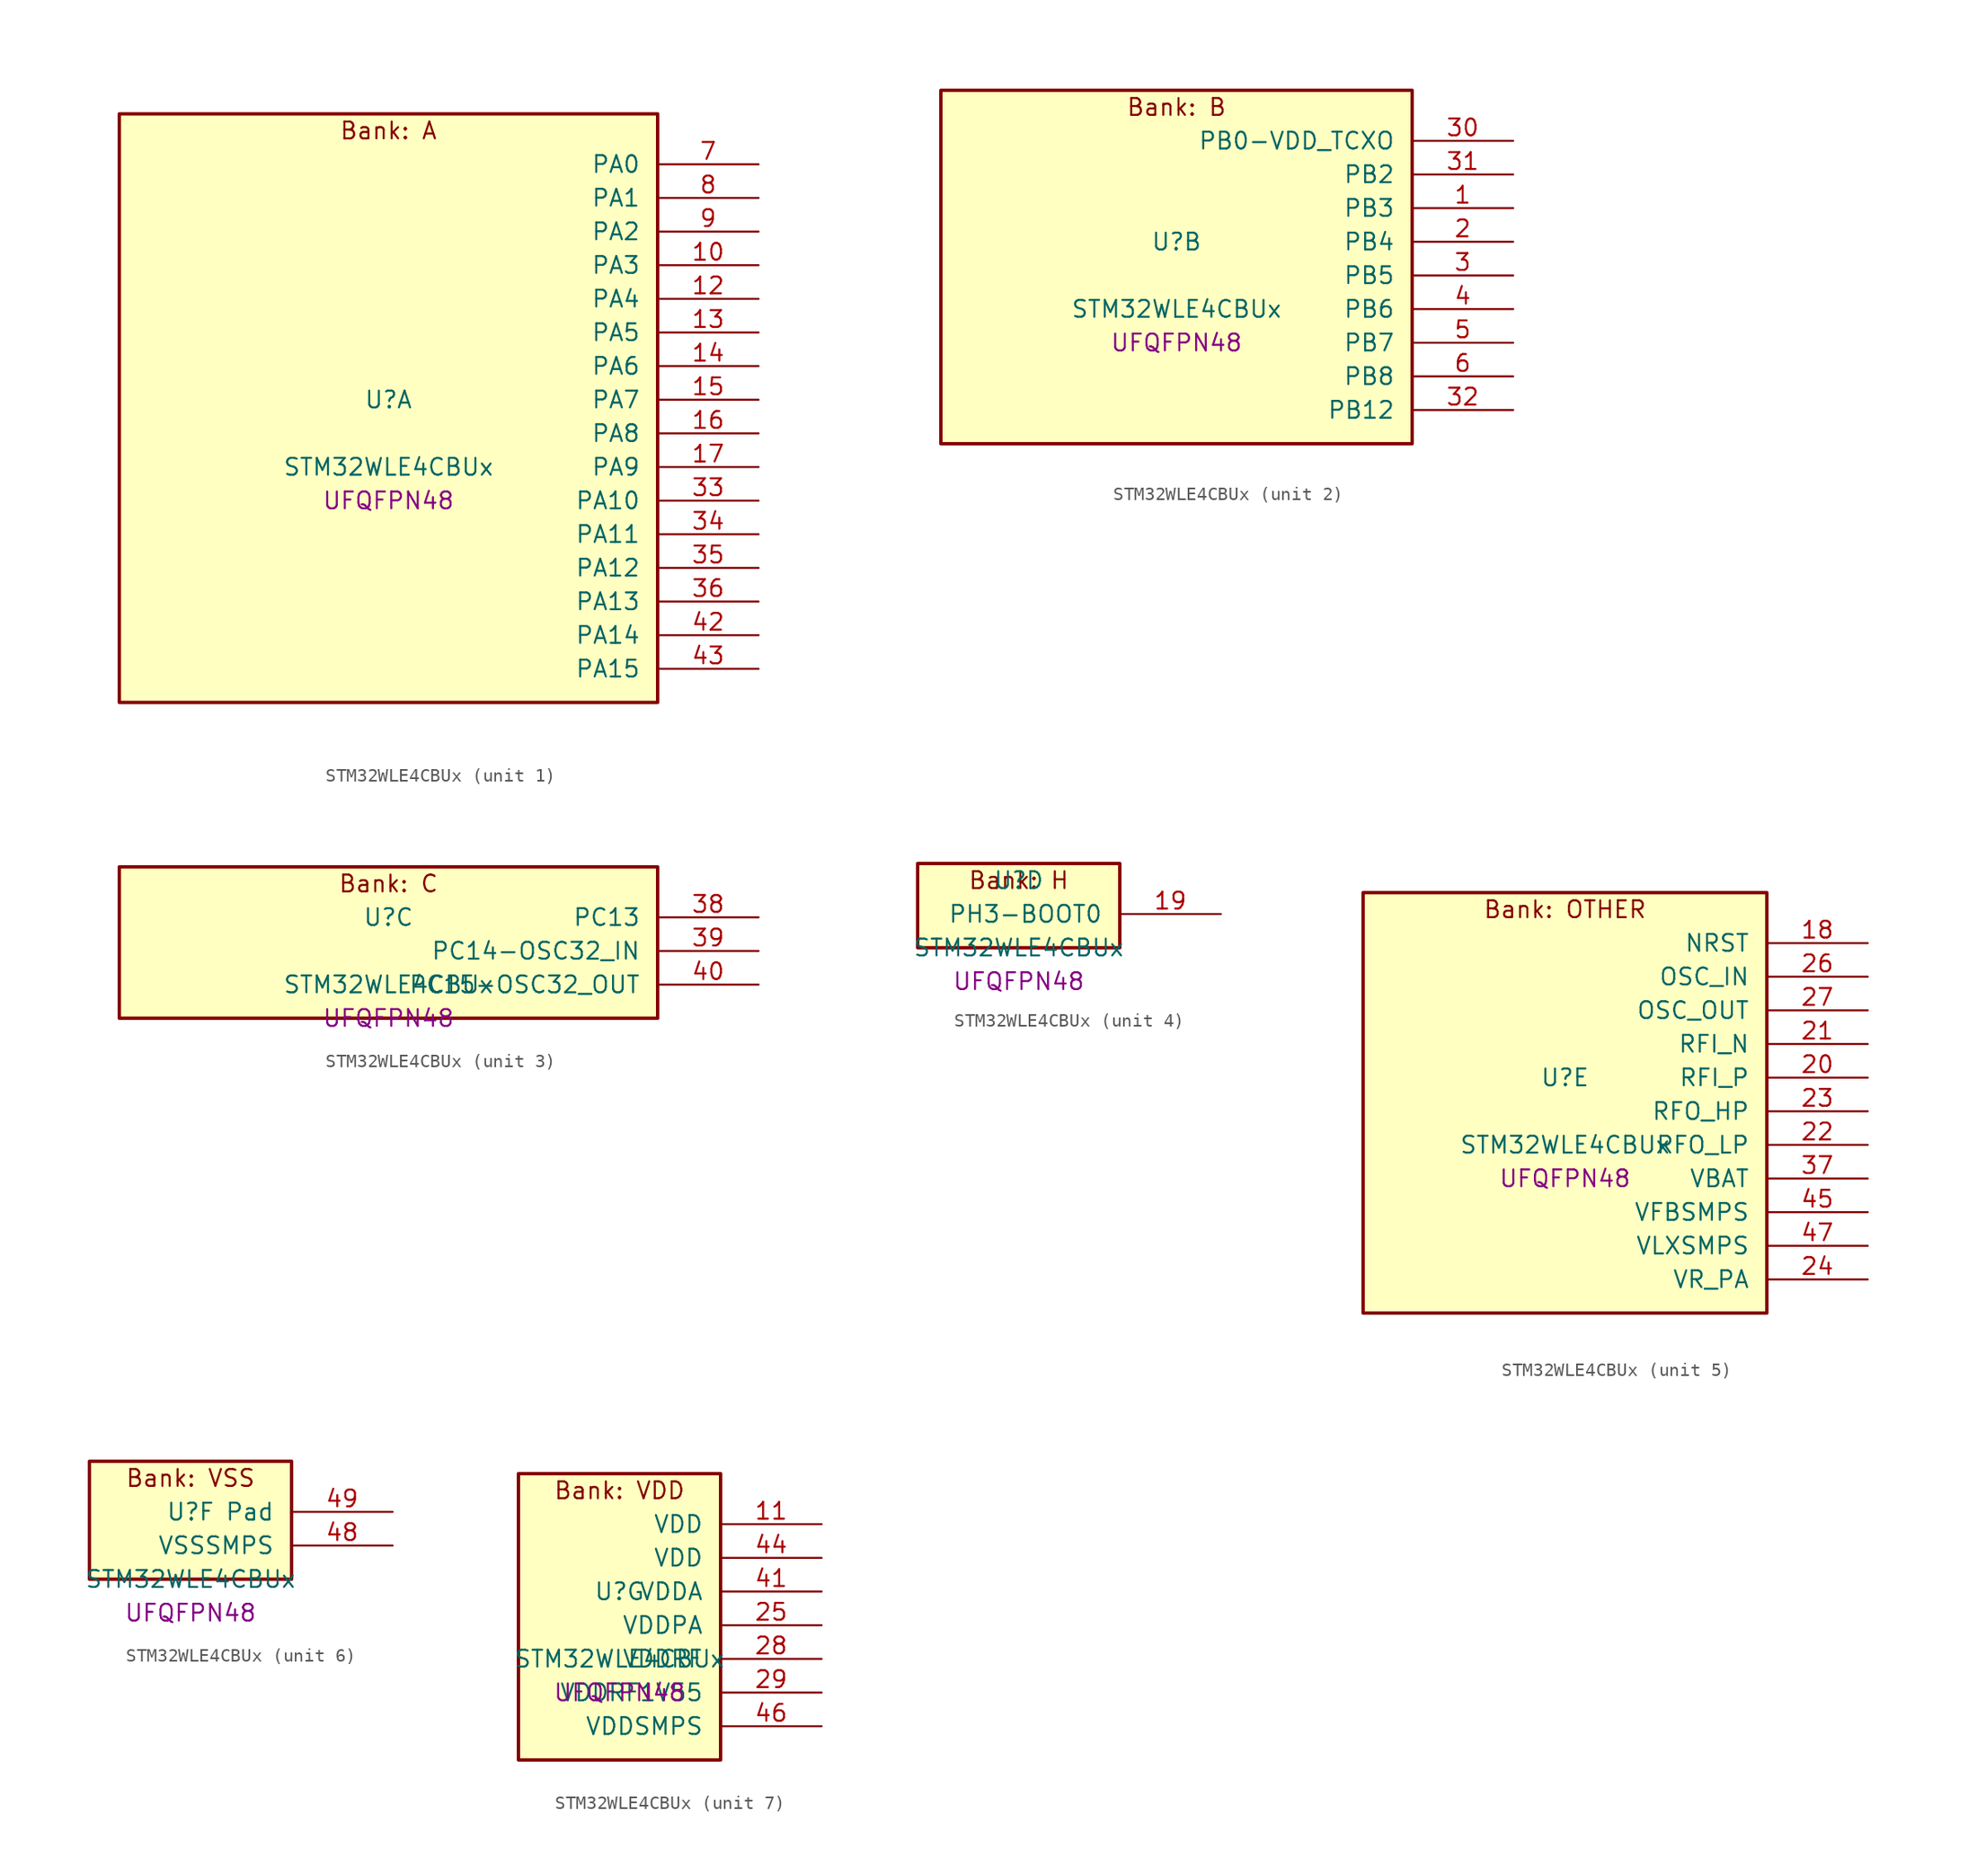
<source format=kicad_sym>
(kicad_symbol_lib
  (version 20241209)
  (generator "stm32_pkl_generator")
  (generator_version "1.0")
  (symbol "STM32WLE4CBUx"
    (pin_names
      (offset 1.27))
    (property "Reference" "U"
      (at 0 2.54 0))
    (property "Value" "STM32WLE4CBUx"
      (at 0 -2.54 0))
    (property "Footprint" "UFQFPN48"
      (at 0 -5.08 0))
    (symbol "STM32WLE4CBUx_1_1"
      (rectangle (start -20.32 24.13) (end 20.32 -20.32) (stroke (width 0.254) (type solid)) (fill (type background)))
      (text "Bank: A" (at 0 22.86 0))
      (pin bidirectional line (at 27.94 20.32 180) (length 7.62) (name "PA0") (number "7") (alternate "PA0/COMP1_OUT" bidirectional line) (alternate "PA0/DEBUG_PWR-REGLP1S" bidirectional line) (alternate "PA0/I2C3_SMBA" bidirectional line) (alternate "PA0/I2S_CKIN" bidirectional line) (alternate "PA0/PWR_WKUP1" bidirectional line) (alternate "PA0/RTC_TAMP_IN2" bidirectional line) (alternate "PA0/TIM2_CH1" bidirectional line) (alternate "PA0/TIM2_ETR" bidirectional line) (alternate "PA0/USART2_CTS" bidirectional line) (alternate "PA0/USART2_NSS" bidirectional line))
      (pin bidirectional line (at 27.94 17.78 180) (length 7.62) (name "PA1") (number "8") (alternate "PA1/DEBUG_PWR-REGLP2S" bidirectional line) (alternate "PA1/I2C1_SMBA" bidirectional line) (alternate "PA1/LPTIM3_OUT" bidirectional line) (alternate "PA1/LPUART1_RTS" bidirectional line) (alternate "PA1/SPI1_SCK" bidirectional line) (alternate "PA1/TIM2_CH2" bidirectional line) (alternate "PA1/USART2_DE" bidirectional line) (alternate "PA1/USART2_RTS" bidirectional line))
      (pin bidirectional line (at 27.94 15.24 180) (length 7.62) (name "PA2") (number "9") (alternate "PA2/COMP2_OUT" bidirectional line) (alternate "PA2/DEBUG_PWR-LDORDY" bidirectional line) (alternate "PA2/LPUART1_TX" bidirectional line) (alternate "PA2/RCC_LSCO" bidirectional line) (alternate "PA2/TIM2_CH3" bidirectional line) (alternate "PA2/USART2_TX" bidirectional line))
      (pin bidirectional line (at 27.94 12.7 180) (length 7.62) (name "PA3") (number "10") (alternate "PA3/I2S2_MCK" bidirectional line) (alternate "PA3/LPUART1_RX" bidirectional line) (alternate "PA3/TIM2_CH4" bidirectional line) (alternate "PA3/USART2_RX" bidirectional line))
      (pin bidirectional line (at 27.94 10.16 180) (length 7.62) (name "PA4") (number "12") (alternate "PA4/DEBUG_SUBGHZSPI-NSSOUT" bidirectional line) (alternate "PA4/LPTIM1_OUT" bidirectional line) (alternate "PA4/LPTIM2_OUT" bidirectional line) (alternate "PA4/RTC_OUT2" bidirectional line) (alternate "PA4/SPI1_NSS" bidirectional line) (alternate "PA4/USART2_CK" bidirectional line))
      (pin bidirectional line (at 27.94 7.62 180) (length 7.62) (name "PA5") (number "13") (alternate "PA5/DEBUG_SUBGHZSPI-SCKOUT" bidirectional line) (alternate "PA5/LPTIM2_ETR" bidirectional line) (alternate "PA5/SPI1_SCK" bidirectional line) (alternate "PA5/SPI2_MISO" bidirectional line) (alternate "PA5/TIM2_CH1" bidirectional line) (alternate "PA5/TIM2_ETR" bidirectional line))
      (pin bidirectional line (at 27.94 5.08 180) (length 7.62) (name "PA6") (number "14") (alternate "PA6/DEBUG_SUBGHZSPI-MISOOUT" bidirectional line) (alternate "PA6/I2C2_SMBA" bidirectional line) (alternate "PA6/LPUART1_CTS" bidirectional line) (alternate "PA6/SPI1_MISO" bidirectional line) (alternate "PA6/TIM16_CH1" bidirectional line) (alternate "PA6/TIM1_BKIN" bidirectional line))
      (pin bidirectional line (at 27.94 2.54 180) (length 7.62) (name "PA7") (number "15") (alternate "PA7/COMP2_OUT" bidirectional line) (alternate "PA7/DEBUG_SUBGHZSPI-MOSIOUT" bidirectional line) (alternate "PA7/I2C3_SCL" bidirectional line) (alternate "PA7/SPI1_MOSI" bidirectional line) (alternate "PA7/TIM17_CH1" bidirectional line) (alternate "PA7/TIM1_CH1N" bidirectional line))
      (pin bidirectional line (at 27.94 0 180) (length 7.62) (name "PA8") (number "16") (alternate "PA8/I2S2_CK" bidirectional line) (alternate "PA8/LPTIM2_OUT" bidirectional line) (alternate "PA8/RCC_MCO" bidirectional line) (alternate "PA8/SPI2_SCK" bidirectional line) (alternate "PA8/TIM1_CH1" bidirectional line) (alternate "PA8/USART1_CK" bidirectional line))
      (pin bidirectional line (at 27.94 -2.54 180) (length 7.62) (name "PA9") (number "17") (alternate "PA9/DAC_EXTI9" bidirectional line) (alternate "PA9/I2C1_SCL" bidirectional line) (alternate "PA9/I2S2_CK" bidirectional line) (alternate "PA9/I2S2_WS" bidirectional line) (alternate "PA9/SPI2_NSS" bidirectional line) (alternate "PA9/SPI2_SCK" bidirectional line) (alternate "PA9/TIM1_CH2" bidirectional line) (alternate "PA9/USART1_TX" bidirectional line))
      (pin bidirectional line (at 27.94 -5.08 180) (length 7.62) (name "PA10") (number "33") (alternate "PA10/ADC_IN6" bidirectional line) (alternate "PA10/COMP1_INM" bidirectional line) (alternate "PA10/COMP2_INM" bidirectional line) (alternate "PA10/DAC_OUT1" bidirectional line) (alternate "PA10/DEBUG_RF-HSE32RDY" bidirectional line) (alternate "PA10/I2C1_SDA" bidirectional line) (alternate "PA10/I2S2_SD" bidirectional line) (alternate "PA10/RTC_REFIN" bidirectional line) (alternate "PA10/SPI2_MOSI" bidirectional line) (alternate "PA10/TIM17_BKIN" bidirectional line) (alternate "PA10/TIM1_CH3" bidirectional line) (alternate "PA10/USART1_RX" bidirectional line))
      (pin bidirectional line (at 27.94 -7.62 180) (length 7.62) (name "PA11") (number "34") (alternate "PA11/ADC_EXTI11" bidirectional line) (alternate "PA11/ADC_IN7" bidirectional line) (alternate "PA11/COMP1_INM" bidirectional line) (alternate "PA11/COMP2_INM" bidirectional line) (alternate "PA11/DEBUG_RF-NRESET" bidirectional line) (alternate "PA11/I2C2_SDA" bidirectional line) (alternate "PA11/LPTIM3_ETR" bidirectional line) (alternate "PA11/SPI1_MISO" bidirectional line) (alternate "PA11/TIM1_BKIN2" bidirectional line) (alternate "PA11/TIM1_CH4" bidirectional line) (alternate "PA11/USART1_CTS" bidirectional line) (alternate "PA11/USART1_NSS" bidirectional line))
      (pin bidirectional line (at 27.94 -10.16 180) (length 7.62) (name "PA12") (number "35") (alternate "PA12/ADC_IN8" bidirectional line) (alternate "PA12/DEBUG_RF-BUSY" bidirectional line) (alternate "PA12/I2C2_SCL" bidirectional line) (alternate "PA12/LPTIM3_IN1" bidirectional line) (alternate "PA12/SPI1_MOSI" bidirectional line) (alternate "PA12/TIM1_ETR" bidirectional line) (alternate "PA12/USART1_DE" bidirectional line) (alternate "PA12/USART1_RTS" bidirectional line))
      (pin bidirectional line (at 27.94 -12.7 180) (length 7.62) (name "PA13") (number "36") (alternate "PA13/ADC_IN9" bidirectional line) (alternate "PA13/DEBUG_JTMS-SWDIO" bidirectional line) (alternate "PA13/I2C2_SMBA" bidirectional line) (alternate "PA13/IR_OUT" bidirectional line))
      (pin bidirectional line (at 27.94 -15.24 180) (length 7.62) (name "PA14") (number "42") (alternate "PA14/ADC_IN10" bidirectional line) (alternate "PA14/DEBUG_JTCK-SWCLK" bidirectional line) (alternate "PA14/I2C1_SMBA" bidirectional line) (alternate "PA14/LPTIM1_OUT" bidirectional line))
      (pin bidirectional line (at 27.94 -17.78 180) (length 7.62) (name "PA15") (number "43") (alternate "PA15/ADC_IN11" bidirectional line) (alternate "PA15/COMP1_INM" bidirectional line) (alternate "PA15/COMP2_INP" bidirectional line) (alternate "PA15/DEBUG_JTDI" bidirectional line) (alternate "PA15/I2C2_SDA" bidirectional line) (alternate "PA15/SPI1_NSS" bidirectional line) (alternate "PA15/TIM2_CH1" bidirectional line) (alternate "PA15/TIM2_ETR" bidirectional line)))
    (symbol "STM32WLE4CBUx_2_1"
      (rectangle (start -17.78 13.97) (end 17.78 -12.7) (stroke (width 0.254) (type solid)) (fill (type background)))
      (text "Bank: B" (at 0 12.7 0))
      (pin bidirectional line (at 25.4 10.16 180) (length 7.62) (name "PB0-VDD_TCXO") (number "30") (alternate "PB0-VDD_TCXO/COMP1_OUT" bidirectional line) (alternate "PB0-VDD_TCXO/VDDTCXO" bidirectional line))
      (pin bidirectional line (at 25.4 7.62 180) (length 7.62) (name "PB2") (number "31") (alternate "PB2/ADC_IN4" bidirectional line) (alternate "PB2/COMP1_INP" bidirectional line) (alternate "PB2/COMP2_INM" bidirectional line) (alternate "PB2/DEBUG_RF-SMPSRDY" bidirectional line) (alternate "PB2/I2C3_SMBA" bidirectional line) (alternate "PB2/LPTIM1_OUT" bidirectional line) (alternate "PB2/SPI1_NSS" bidirectional line))
      (pin bidirectional line (at 25.4 5.08 180) (length 7.62) (name "PB3") (number "1") (alternate "PB3/ADC_IN2" bidirectional line) (alternate "PB3/COMP1_INM" bidirectional line) (alternate "PB3/COMP2_INM" bidirectional line) (alternate "PB3/DEBUG_JTDO-SWO" bidirectional line) (alternate "PB3/DEBUG_RF-DTB1" bidirectional line) (alternate "PB3/PWR_WKUP3" bidirectional line) (alternate "PB3/RTC_TAMP_IN3" bidirectional line) (alternate "PB3/SPI1_SCK" bidirectional line) (alternate "PB3/TIM2_CH2" bidirectional line) (alternate "PB3/USART1_DE" bidirectional line) (alternate "PB3/USART1_RTS" bidirectional line))
      (pin bidirectional line (at 25.4 2.54 180) (length 7.62) (name "PB4") (number "2") (alternate "PB4/ADC_IN3" bidirectional line) (alternate "PB4/COMP1_INP" bidirectional line) (alternate "PB4/COMP2_INP" bidirectional line) (alternate "PB4/DEBUG_JTRST" bidirectional line) (alternate "PB4/DEBUG_RF-LDORDY" bidirectional line) (alternate "PB4/I2C3_SDA" bidirectional line) (alternate "PB4/SPI1_MISO" bidirectional line) (alternate "PB4/TIM17_BKIN" bidirectional line) (alternate "PB4/USART1_CTS" bidirectional line) (alternate "PB4/USART1_NSS" bidirectional line))
      (pin bidirectional line (at 25.4 0 180) (length 7.62) (name "PB5") (number "3") (alternate "PB5/COMP2_OUT" bidirectional line) (alternate "PB5/I2C1_SMBA" bidirectional line) (alternate "PB5/LPTIM1_IN1" bidirectional line) (alternate "PB5/SPI1_MOSI" bidirectional line) (alternate "PB5/TIM16_BKIN" bidirectional line) (alternate "PB5/USART1_CK" bidirectional line))
      (pin bidirectional line (at 25.4 -2.54 180) (length 7.62) (name "PB6") (number "4") (alternate "PB6/I2C1_SCL" bidirectional line) (alternate "PB6/LPTIM1_ETR" bidirectional line) (alternate "PB6/TIM16_CH1N" bidirectional line) (alternate "PB6/USART1_TX" bidirectional line))
      (pin bidirectional line (at 25.4 -5.08 180) (length 7.62) (name "PB7") (number "5") (alternate "PB7/I2C1_SDA" bidirectional line) (alternate "PB7/LPTIM1_IN2" bidirectional line) (alternate "PB7/PWR_PVD_IN" bidirectional line) (alternate "PB7/TIM17_CH1N" bidirectional line) (alternate "PB7/TIM1_BKIN" bidirectional line) (alternate "PB7/USART1_RX" bidirectional line))
      (pin bidirectional line (at 25.4 -7.62 180) (length 7.62) (name "PB8") (number "6") (alternate "PB8/I2C1_SCL" bidirectional line) (alternate "PB8/TIM16_CH1" bidirectional line) (alternate "PB8/TIM1_CH2N" bidirectional line))
      (pin bidirectional line (at 25.4 -10.16 180) (length 7.62) (name "PB12") (number "32") (alternate "PB12/I2C3_SMBA" bidirectional line) (alternate "PB12/I2S2_WS" bidirectional line) (alternate "PB12/LPUART1_RTS" bidirectional line) (alternate "PB12/SPI2_NSS" bidirectional line) (alternate "PB12/TIM1_BKIN" bidirectional line)))
    (symbol "STM32WLE4CBUx_3_1"
      (rectangle (start -20.32 6.35) (end 20.32 -5.08) (stroke (width 0.254) (type solid)) (fill (type background)))
      (text "Bank: C" (at 0 5.08 0))
      (pin bidirectional line (at 27.94 2.54 180) (length 7.62) (name "PC13") (number "38") (alternate "PC13/PWR_WKUP2" bidirectional line) (alternate "PC13/RTC_OUT1" bidirectional line) (alternate "PC13/RTC_TAMP_IN1" bidirectional line) (alternate "PC13/RTC_TS" bidirectional line))
      (pin bidirectional line (at 27.94 0 180) (length 7.62) (name "PC14-OSC32_IN") (number "39") (alternate "PC14-OSC32_IN/RCC_OSC32_IN" bidirectional line))
      (pin bidirectional line (at 27.94 -2.54 180) (length 7.62) (name "PC15-OSC32_OUT") (number "40") (alternate "PC15-OSC32_OUT/RCC_OSC32_OUT" bidirectional line)))
    (symbol "STM32WLE4CBUx_4_1"
      (rectangle (start -7.62 3.81) (end 7.62 -2.54) (stroke (width 0.254) (type solid)) (fill (type background)))
      (text "Bank: H" (at 0 2.54 0))
      (pin bidirectional line (at 15.24 0 180) (length 7.62) (name "PH3-BOOT0") (number "19")))
    (symbol "STM32WLE4CBUx_5_1"
      (rectangle (start -15.24 16.51) (end 15.24 -15.24) (stroke (width 0.254) (type solid)) (fill (type background)))
      (text "Bank: OTHER" (at 0 15.24 0))
      (pin input line (at 22.86 12.7 180) (length 7.62) (name "NRST") (number "18"))
      (pin bidirectional line (at 22.86 10.16 180) (length 7.62) (name "OSC_IN") (number "26") (alternate "OSC_IN/RCC_OSC_IN" bidirectional line))
      (pin bidirectional line (at 22.86 7.62 180) (length 7.62) (name "OSC_OUT") (number "27") (alternate "OSC_OUT/RCC_OSC_OUT" bidirectional line))
      (pin bidirectional line (at 22.86 5.08 180) (length 7.62) (name "RFI_N") (number "21"))
      (pin bidirectional line (at 22.86 2.54 180) (length 7.62) (name "RFI_P") (number "20"))
      (pin bidirectional line (at 22.86 0 180) (length 7.62) (name "RFO_HP") (number "23"))
      (pin bidirectional line (at 22.86 -2.54 180) (length 7.62) (name "RFO_LP") (number "22"))
      (pin power_in line (at 22.86 -5.08 180) (length 7.62) (name "VBAT") (number "37"))
      (pin power_in line (at 22.86 -7.62 180) (length 7.62) (name "VFBSMPS") (number "45"))
      (pin power_in line (at 22.86 -10.16 180) (length 7.62) (name "VLXSMPS") (number "47"))
      (pin power_in line (at 22.86 -12.7 180) (length 7.62) (name "VR_PA") (number "24")))
    (symbol "STM32WLE4CBUx_6_1"
      (rectangle (start -7.62 6.35) (end 7.62 -2.54) (stroke (width 0.254) (type solid)) (fill (type background)))
      (text "Bank: VSS" (at 0 5.08 0))
      (pin passive line (at 15.24 2.54 180) (length 7.62) (name "Pad") (number "49"))
      (pin power_in line (at 15.24 0 180) (length 7.62) (name "VSSSMPS") (number "48")))
    (symbol "STM32WLE4CBUx_7_1"
      (rectangle (start -7.62 11.43) (end 7.62 -10.16) (stroke (width 0.254) (type solid)) (fill (type background)))
      (text "Bank: VDD" (at 0 10.16 0))
      (pin power_in line (at 15.24 7.62 180) (length 7.62) (name "VDD") (number "11"))
      (pin power_in line (at 15.24 5.08 180) (length 7.62) (name "VDD") (number "44"))
      (pin power_in line (at 15.24 2.54 180) (length 7.62) (name "VDDA") (number "41"))
      (pin power_in line (at 15.24 0 180) (length 7.62) (name "VDDPA") (number "25"))
      (pin power_in line (at 15.24 -2.54 180) (length 7.62) (name "VDDRF") (number "28"))
      (pin power_in line (at 15.24 -5.08 180) (length 7.62) (name "VDDRF1V55") (number "29"))
      (pin power_in line (at 15.24 -7.62 180) (length 7.62) (name "VDDSMPS") (number "46")))))
</source>
